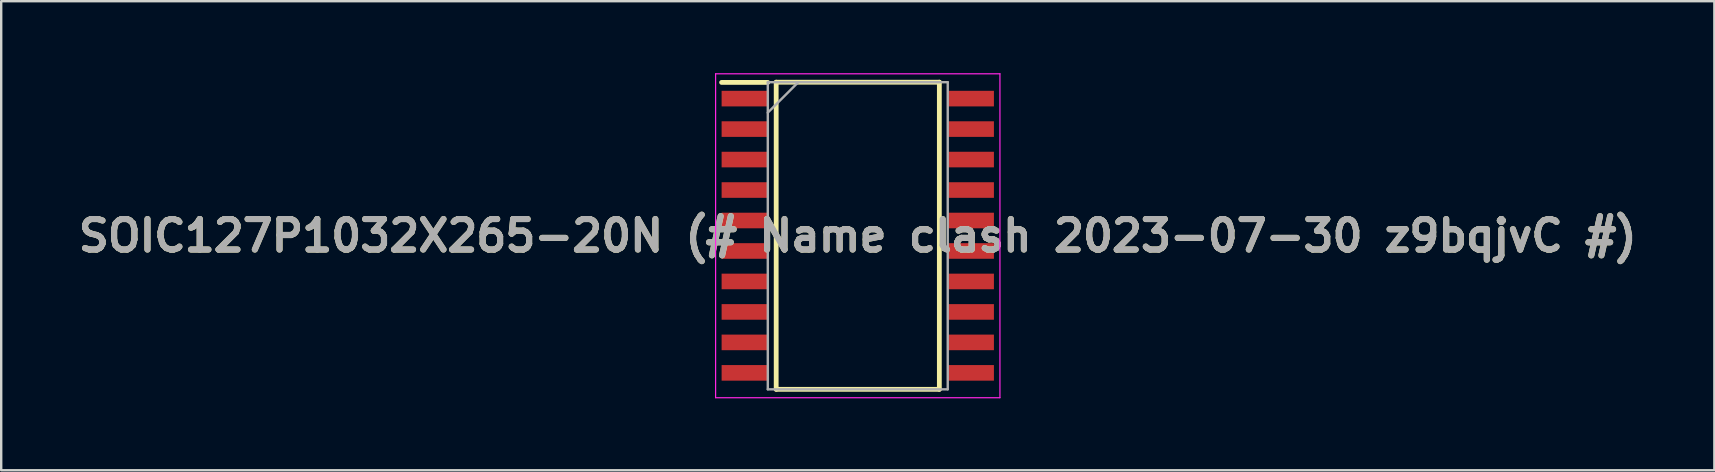
<source format=kicad_pcb>
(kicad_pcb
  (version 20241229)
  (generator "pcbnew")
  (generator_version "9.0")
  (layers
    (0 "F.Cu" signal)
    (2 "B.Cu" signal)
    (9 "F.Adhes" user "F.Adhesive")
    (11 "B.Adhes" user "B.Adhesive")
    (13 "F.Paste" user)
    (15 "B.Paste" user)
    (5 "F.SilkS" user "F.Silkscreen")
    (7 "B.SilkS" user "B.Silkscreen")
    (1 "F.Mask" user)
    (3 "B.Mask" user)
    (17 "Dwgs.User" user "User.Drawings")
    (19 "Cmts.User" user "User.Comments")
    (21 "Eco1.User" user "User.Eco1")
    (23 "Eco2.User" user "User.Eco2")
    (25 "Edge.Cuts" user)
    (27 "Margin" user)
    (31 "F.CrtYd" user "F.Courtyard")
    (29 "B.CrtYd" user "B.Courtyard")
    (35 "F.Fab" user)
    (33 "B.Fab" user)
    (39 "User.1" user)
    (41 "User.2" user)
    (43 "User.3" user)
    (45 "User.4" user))
  (footprint "SOIC127P1032X265-20N (# Name clash 2023-07-30 z9bqjvC #)"
    (layer "F.Cu")
    (at 32.699 6.775)
    (property "Reference" "SOIC127P1032X265-20N (# Name clash 2023-07-30 z9bqjvC #)" (at 0 0 0) (layer "F.SilkS") (effects (font (size 1.27 1.27) (thickness 0.254))))
    (attr smd)
    (fp_line (start -5.675 -6.39) (end -3.75 -6.39) (stroke (width 0.2) (type solid)) (layer "F.SilkS"))
    (fp_line (start -3.4 -6.4) (end 3.4 -6.4) (stroke (width 0.2) (type solid)) (layer "F.SilkS"))
    (fp_line (start -3.4 6.4) (end -3.4 -6.4) (stroke (width 0.2) (type solid)) (layer "F.SilkS"))
    (fp_line (start 3.4 -6.4) (end 3.4 6.4) (stroke (width 0.2) (type solid)) (layer "F.SilkS"))
    (fp_line (start 3.4 6.4) (end -3.4 6.4) (stroke (width 0.2) (type solid)) (layer "F.SilkS"))
    (fp_line (start -5.925 -6.75) (end 5.925 -6.75) (stroke (width 0.05) (type solid)) (layer "F.CrtYd"))
    (fp_line (start -5.925 6.75) (end -5.925 -6.75) (stroke (width 0.05) (type solid)) (layer "F.CrtYd"))
    (fp_line (start 5.925 -6.75) (end 5.925 6.75) (stroke (width 0.05) (type solid)) (layer "F.CrtYd"))
    (fp_line (start 5.925 6.75) (end -5.925 6.75) (stroke (width 0.05) (type solid)) (layer "F.CrtYd"))
    (fp_line (start -3.75 -6.4) (end 3.75 -6.4) (stroke (width 0.1) (type solid)) (layer "F.Fab"))
    (fp_line (start -3.75 -5.13) (end -2.48 -6.4) (stroke (width 0.1) (type solid)) (layer "F.Fab"))
    (fp_line (start -3.75 6.4) (end -3.75 -6.4) (stroke (width 0.1) (type solid)) (layer "F.Fab"))
    (fp_line (start 3.75 -6.4) (end 3.75 6.4) (stroke (width 0.1) (type solid)) (layer "F.Fab"))
    (fp_line (start 3.75 6.4) (end -3.75 6.4) (stroke (width 0.1) (type solid)) (layer "F.Fab"))
    (fp_text user "${REFERENCE}" (at 0 0 0) (layer "F.Fab") (effects (font (size 1.27 1.27) (thickness 0.254))))
    (pad "1" smd rect (at -4.712 -5.715 90) (size 0.65 1.925) (layers "F.Cu" "F.Mask" "F.Paste"))
    (pad "2" smd rect (at -4.712 -4.445 90) (size 0.65 1.925) (layers "F.Cu" "F.Mask" "F.Paste"))
    (pad "3" smd rect (at -4.712 -3.175 90) (size 0.65 1.925) (layers "F.Cu" "F.Mask" "F.Paste"))
    (pad "4" smd rect (at -4.712 -1.905 90) (size 0.65 1.925) (layers "F.Cu" "F.Mask" "F.Paste"))
    (pad "5" smd rect (at -4.712 -0.635 90) (size 0.65 1.925) (layers "F.Cu" "F.Mask" "F.Paste"))
    (pad "6" smd rect (at -4.712 0.635 90) (size 0.65 1.925) (layers "F.Cu" "F.Mask" "F.Paste"))
    (pad "7" smd rect (at -4.712 1.905 90) (size 0.65 1.925) (layers "F.Cu" "F.Mask" "F.Paste"))
    (pad "8" smd rect (at -4.712 3.175 90) (size 0.65 1.925) (layers "F.Cu" "F.Mask" "F.Paste"))
    (pad "9" smd rect (at -4.712 4.445 90) (size 0.65 1.925) (layers "F.Cu" "F.Mask" "F.Paste"))
    (pad "10" smd rect (at -4.712 5.715 90) (size 0.65 1.925) (layers "F.Cu" "F.Mask" "F.Paste"))
    (pad "11" smd rect (at 4.712 5.715 90) (size 0.65 1.925) (layers "F.Cu" "F.Mask" "F.Paste"))
    (pad "12" smd rect (at 4.712 4.445 90) (size 0.65 1.925) (layers "F.Cu" "F.Mask" "F.Paste"))
    (pad "13" smd rect (at 4.712 3.175 90) (size 0.65 1.925) (layers "F.Cu" "F.Mask" "F.Paste"))
    (pad "14" smd rect (at 4.712 1.905 90) (size 0.65 1.925) (layers "F.Cu" "F.Mask" "F.Paste"))
    (pad "15" smd rect (at 4.712 0.635 90) (size 0.65 1.925) (layers "F.Cu" "F.Mask" "F.Paste"))
    (pad "16" smd rect (at 4.712 -0.635 90) (size 0.65 1.925) (layers "F.Cu" "F.Mask" "F.Paste"))
    (pad "17" smd rect (at 4.712 -1.905 90) (size 0.65 1.925) (layers "F.Cu" "F.Mask" "F.Paste"))
    (pad "18" smd rect (at 4.712 -3.175 90) (size 0.65 1.925) (layers "F.Cu" "F.Mask" "F.Paste"))
    (pad "19" smd rect (at 4.712 -4.445 90) (size 0.65 1.925) (layers "F.Cu" "F.Mask" "F.Paste"))
    (pad "20" smd rect (at 4.712 -5.715 90) (size 0.65 1.925) (layers "F.Cu" "F.Mask" "F.Paste")))
  (gr_rect
    (start -3 -3)
    (end 68.399 16.55)
    (stroke (width 0.1) (type default))
    (fill no)
    (layer "Edge.Cuts")))
</source>
